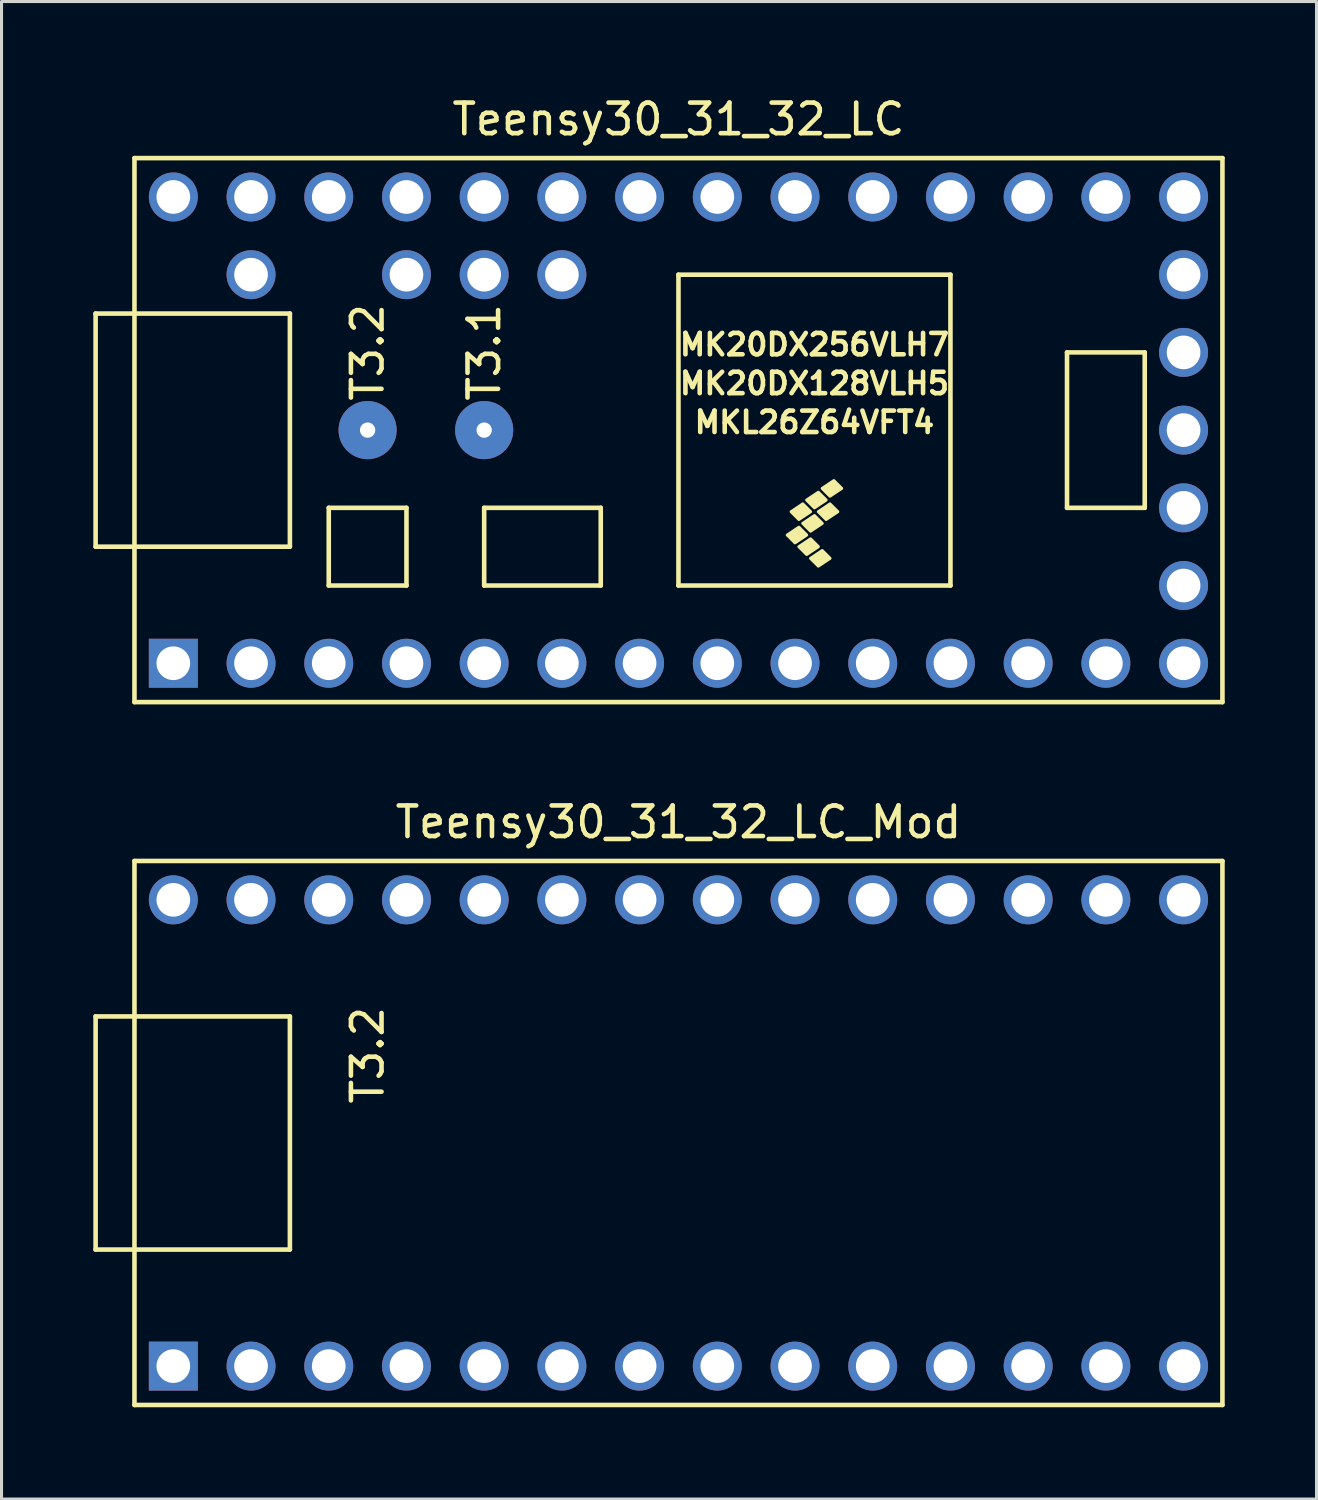
<source format=kicad_pcb>
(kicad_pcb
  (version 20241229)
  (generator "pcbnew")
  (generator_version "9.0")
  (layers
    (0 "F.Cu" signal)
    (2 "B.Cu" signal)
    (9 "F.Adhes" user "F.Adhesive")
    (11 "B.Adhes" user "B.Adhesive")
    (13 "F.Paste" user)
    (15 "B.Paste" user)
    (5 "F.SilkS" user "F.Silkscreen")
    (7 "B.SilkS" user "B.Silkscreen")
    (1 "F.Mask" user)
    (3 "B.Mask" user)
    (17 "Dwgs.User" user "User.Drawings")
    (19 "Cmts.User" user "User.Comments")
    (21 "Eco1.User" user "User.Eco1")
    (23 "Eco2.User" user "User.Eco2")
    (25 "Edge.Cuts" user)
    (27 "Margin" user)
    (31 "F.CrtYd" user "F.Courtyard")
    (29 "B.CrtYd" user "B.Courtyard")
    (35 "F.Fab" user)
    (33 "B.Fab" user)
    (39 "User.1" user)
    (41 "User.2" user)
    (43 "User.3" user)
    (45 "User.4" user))
  (footprint "Teensy30_31_32_LC_Mod"
    (layer "F.Cu")
    (at 19.125 33.981)
    (property "Reference" "Teensy30_31_32_LC_Mod" (at 0 -10.16 0) (layer "F.SilkS") (effects (font (size 1 1) (thickness 0.15))))
    (attr through_hole)
    (fp_line (start -19.05 -3.81) (end -17.78 -3.81) (stroke (width 0.15) (type solid)) (layer "F.SilkS"))
    (fp_line (start -19.05 3.81) (end -19.05 -3.81) (stroke (width 0.15) (type solid)) (layer "F.SilkS"))
    (fp_line (start -17.78 -8.89) (end 17.78 -8.89) (stroke (width 0.15) (type solid)) (layer "F.SilkS"))
    (fp_line (start -17.78 3.81) (end -19.05 3.81) (stroke (width 0.15) (type solid)) (layer "F.SilkS"))
    (fp_line (start -17.78 8.89) (end -17.78 -8.89) (stroke (width 0.15) (type solid)) (layer "F.SilkS"))
    (fp_line (start -12.7 -3.81) (end -17.78 -3.81) (stroke (width 0.15) (type solid)) (layer "F.SilkS"))
    (fp_line (start -12.7 3.81) (end -17.78 3.81) (stroke (width 0.15) (type solid)) (layer "F.SilkS"))
    (fp_line (start -12.7 3.81) (end -12.7 -3.81) (stroke (width 0.15) (type solid)) (layer "F.SilkS"))
    (fp_line (start 17.78 -8.89) (end 17.78 8.89) (stroke (width 0.15) (type solid)) (layer "F.SilkS"))
    (fp_line (start 17.78 8.89) (end -17.78 8.89) (stroke (width 0.15) (type solid)) (layer "F.SilkS"))
    (fp_text user "T3.2" (at -10.16 -2.54 90) (layer "F.SilkS") (effects (font (size 1 1) (thickness 0.15))))
    (pad "1" thru_hole rect (at -16.51 7.62) (size 1.6 1.6) (drill 1.1) (layers "*.Cu" "*.Mask"))
    (pad "2" thru_hole circle (at -13.97 7.62) (size 1.6 1.6) (drill 1.1) (layers "*.Cu" "*.Mask"))
    (pad "3" thru_hole circle (at -11.43 7.62) (size 1.6 1.6) (drill 1.1) (layers "*.Cu" "*.Mask"))
    (pad "4" thru_hole circle (at -8.89 7.62) (size 1.6 1.6) (drill 1.1) (layers "*.Cu" "*.Mask"))
    (pad "5" thru_hole circle (at -6.35 7.62) (size 1.6 1.6) (drill 1.1) (layers "*.Cu" "*.Mask"))
    (pad "6" thru_hole circle (at -3.81 7.62) (size 1.6 1.6) (drill 1.1) (layers "*.Cu" "*.Mask"))
    (pad "7" thru_hole circle (at -1.27 7.62) (size 1.6 1.6) (drill 1.1) (layers "*.Cu" "*.Mask"))
    (pad "8" thru_hole circle (at 1.27 7.62) (size 1.6 1.6) (drill 1.1) (layers "*.Cu" "*.Mask"))
    (pad "9" thru_hole circle (at 3.81 7.62) (size 1.6 1.6) (drill 1.1) (layers "*.Cu" "*.Mask"))
    (pad "10" thru_hole circle (at 6.35 7.62) (size 1.6 1.6) (drill 1.1) (layers "*.Cu" "*.Mask"))
    (pad "11" thru_hole circle (at 8.89 7.62) (size 1.6 1.6) (drill 1.1) (layers "*.Cu" "*.Mask"))
    (pad "12" thru_hole circle (at 11.43 7.62) (size 1.6 1.6) (drill 1.1) (layers "*.Cu" "*.Mask"))
    (pad "13" thru_hole circle (at 13.97 7.62) (size 1.6 1.6) (drill 1.1) (layers "*.Cu" "*.Mask"))
    (pad "14" thru_hole circle (at 16.51 7.62) (size 1.6 1.6) (drill 1.1) (layers "*.Cu" "*.Mask"))
    (pad "20" thru_hole circle (at 16.51 -7.62) (size 1.6 1.6) (drill 1.1) (layers "*.Cu" "*.Mask"))
    (pad "21" thru_hole circle (at 13.97 -7.62) (size 1.6 1.6) (drill 1.1) (layers "*.Cu" "*.Mask"))
    (pad "22" thru_hole circle (at 11.43 -7.62) (size 1.6 1.6) (drill 1.1) (layers "*.Cu" "*.Mask"))
    (pad "23" thru_hole circle (at 8.89 -7.62) (size 1.6 1.6) (drill 1.1) (layers "*.Cu" "*.Mask"))
    (pad "24" thru_hole circle (at 6.35 -7.62) (size 1.6 1.6) (drill 1.1) (layers "*.Cu" "*.Mask"))
    (pad "25" thru_hole circle (at 3.81 -7.62) (size 1.6 1.6) (drill 1.1) (layers "*.Cu" "*.Mask"))
    (pad "26" thru_hole circle (at 1.27 -7.62) (size 1.6 1.6) (drill 1.1) (layers "*.Cu" "*.Mask"))
    (pad "27" thru_hole circle (at -1.27 -7.62) (size 1.6 1.6) (drill 1.1) (layers "*.Cu" "*.Mask"))
    (pad "28" thru_hole circle (at -3.81 -7.62) (size 1.6 1.6) (drill 1.1) (layers "*.Cu" "*.Mask"))
    (pad "29" thru_hole circle (at -6.35 -7.62) (size 1.6 1.6) (drill 1.1) (layers "*.Cu" "*.Mask"))
    (pad "30" thru_hole circle (at -8.89 -7.62) (size 1.6 1.6) (drill 1.1) (layers "*.Cu" "*.Mask"))
    (pad "31" thru_hole circle (at -11.43 -7.62) (size 1.6 1.6) (drill 1.1) (layers "*.Cu" "*.Mask"))
    (pad "32" thru_hole circle (at -13.97 -7.62) (size 1.6 1.6) (drill 1.1) (layers "*.Cu" "*.Mask"))
    (pad "33" thru_hole circle (at -16.51 -7.62) (size 1.6 1.6) (drill 1.1) (layers "*.Cu" "*.Mask")))
  (footprint "Teensy30_31_32_LC"
    (layer "F.Cu")
    (at 19.125 11.008)
    (property "Reference" "Teensy30_31_32_LC" (at 0 -10.16 0) (layer "F.SilkS") (effects (font (size 1 1) (thickness 0.15))))
    (attr through_hole)
    (fp_line (start -19.05 -3.81) (end -17.78 -3.81) (stroke (width 0.15) (type solid)) (layer "F.SilkS"))
    (fp_line (start -19.05 3.81) (end -19.05 -3.81) (stroke (width 0.15) (type solid)) (layer "F.SilkS"))
    (fp_line (start -17.78 -8.89) (end 17.78 -8.89) (stroke (width 0.15) (type solid)) (layer "F.SilkS"))
    (fp_line (start -17.78 3.81) (end -19.05 3.81) (stroke (width 0.15) (type solid)) (layer "F.SilkS"))
    (fp_line (start -17.78 8.89) (end -17.78 -8.89) (stroke (width 0.15) (type solid)) (layer "F.SilkS"))
    (fp_line (start -12.7 -3.81) (end -17.78 -3.81) (stroke (width 0.15) (type solid)) (layer "F.SilkS"))
    (fp_line (start -12.7 3.81) (end -17.78 3.81) (stroke (width 0.15) (type solid)) (layer "F.SilkS"))
    (fp_line (start -12.7 3.81) (end -12.7 -3.81) (stroke (width 0.15) (type solid)) (layer "F.SilkS"))
    (fp_line (start -11.43 2.54) (end -11.43 5.08) (stroke (width 0.15) (type solid)) (layer "F.SilkS"))
    (fp_line (start -11.43 5.08) (end -8.89 5.08) (stroke (width 0.15) (type solid)) (layer "F.SilkS"))
    (fp_line (start -8.89 2.54) (end -11.43 2.54) (stroke (width 0.15) (type solid)) (layer "F.SilkS"))
    (fp_line (start -8.89 5.08) (end -8.89 2.54) (stroke (width 0.15) (type solid)) (layer "F.SilkS"))
    (fp_line (start -6.35 2.54) (end -6.35 5.08) (stroke (width 0.15) (type solid)) (layer "F.SilkS"))
    (fp_line (start -6.35 5.08) (end -2.54 5.08) (stroke (width 0.15) (type solid)) (layer "F.SilkS"))
    (fp_line (start -2.54 2.54) (end -6.35 2.54) (stroke (width 0.15) (type solid)) (layer "F.SilkS"))
    (fp_line (start -2.54 5.08) (end -2.54 2.54) (stroke (width 0.15) (type solid)) (layer "F.SilkS"))
    (fp_line (start 0 -5.08) (end 0 5.08) (stroke (width 0.15) (type solid)) (layer "F.SilkS"))
    (fp_line (start 8.89 -5.08) (end 0 -5.08) (stroke (width 0.15) (type solid)) (layer "F.SilkS"))
    (fp_line (start 8.89 5.08) (end 0 5.08) (stroke (width 0.15) (type solid)) (layer "F.SilkS"))
    (fp_line (start 8.89 5.08) (end 8.89 -5.08) (stroke (width 0.15) (type solid)) (layer "F.SilkS"))
    (fp_line (start 12.7 -2.54) (end 15.24 -2.54) (stroke (width 0.15) (type solid)) (layer "F.SilkS"))
    (fp_line (start 12.7 2.54) (end 12.7 -2.54) (stroke (width 0.15) (type solid)) (layer "F.SilkS"))
    (fp_line (start 15.24 -2.54) (end 15.24 2.54) (stroke (width 0.15) (type solid)) (layer "F.SilkS"))
    (fp_line (start 15.24 2.54) (end 12.7 2.54) (stroke (width 0.15) (type solid)) (layer "F.SilkS"))
    (fp_line (start 17.78 -8.89) (end 17.78 8.89) (stroke (width 0.15) (type solid)) (layer "F.SilkS"))
    (fp_line (start 17.78 8.89) (end -17.78 8.89) (stroke (width 0.15) (type solid)) (layer "F.SilkS"))
    (fp_poly (pts (xy 3.81 3.683) (xy 3.556 3.429) (xy 3.937 3.175) (xy 4.191 3.429)) (stroke (width 0.1) (type solid)) (fill yes) (layer "F.SilkS"))
    (fp_poly (pts (xy 3.937 2.921) (xy 3.683 2.667) (xy 4.064 2.413) (xy 4.318 2.667)) (stroke (width 0.1) (type solid)) (fill yes) (layer "F.SilkS"))
    (fp_poly (pts (xy 4.191 4.064) (xy 3.937 3.81) (xy 4.318 3.556) (xy 4.572 3.81)) (stroke (width 0.1) (type solid)) (fill yes) (layer "F.SilkS"))
    (fp_poly (pts (xy 4.318 3.302) (xy 4.064 3.048) (xy 4.445 2.794) (xy 4.699 3.048)) (stroke (width 0.1) (type solid)) (fill yes) (layer "F.SilkS"))
    (fp_poly (pts (xy 4.445 2.54) (xy 4.191 2.286) (xy 4.572 2.032) (xy 4.826 2.286)) (stroke (width 0.1) (type solid)) (fill yes) (layer "F.SilkS"))
    (fp_poly (pts (xy 4.572 4.445) (xy 4.318 4.191) (xy 4.699 3.937) (xy 4.953 4.191)) (stroke (width 0.1) (type solid)) (fill yes) (layer "F.SilkS"))
    (fp_poly (pts (xy 4.826 2.921) (xy 4.572 2.667) (xy 4.953 2.413) (xy 5.207 2.667)) (stroke (width 0.1) (type solid)) (fill yes) (layer "F.SilkS"))
    (fp_poly (pts (xy 4.953 2.159) (xy 4.699 1.905) (xy 5.08 1.651) (xy 5.334 1.905)) (stroke (width 0.1) (type solid)) (fill yes) (layer "F.SilkS"))
    (fp_text user "T3.2" (at -10.16 -2.54 90) (layer "F.SilkS") (effects (font (size 1 1) (thickness 0.15))))
    (fp_text user "T3.1" (at -6.35 -2.54 90) (layer "F.SilkS") (effects (font (size 1 1) (thickness 0.15))))
    (fp_text user "MK20DX128VLH5" (at 4.445 -1.524 0) (layer "F.SilkS") (effects (font (size 0.7 0.7) (thickness 0.15))))
    (fp_text user "MKL26Z64VFT4" (at 4.445 -0.254 0) (layer "F.SilkS") (effects (font (size 0.7 0.7) (thickness 0.15))))
    (fp_text user "MK20DX256VLH7" (at 4.445 -2.794 0) (layer "F.SilkS") (effects (font (size 0.7 0.7) (thickness 0.15))))
    (pad "1" thru_hole rect (at -16.51 7.62) (size 1.6 1.6) (drill 1.1) (layers "*.Cu" "*.Mask"))
    (pad "2" thru_hole circle (at -13.97 7.62) (size 1.6 1.6) (drill 1.1) (layers "*.Cu" "*.Mask"))
    (pad "3" thru_hole circle (at -11.43 7.62) (size 1.6 1.6) (drill 1.1) (layers "*.Cu" "*.Mask"))
    (pad "4" thru_hole circle (at -8.89 7.62) (size 1.6 1.6) (drill 1.1) (layers "*.Cu" "*.Mask"))
    (pad "5" thru_hole circle (at -6.35 7.62) (size 1.6 1.6) (drill 1.1) (layers "*.Cu" "*.Mask"))
    (pad "6" thru_hole circle (at -3.81 7.62) (size 1.6 1.6) (drill 1.1) (layers "*.Cu" "*.Mask"))
    (pad "7" thru_hole circle (at -1.27 7.62) (size 1.6 1.6) (drill 1.1) (layers "*.Cu" "*.Mask"))
    (pad "8" thru_hole circle (at 1.27 7.62) (size 1.6 1.6) (drill 1.1) (layers "*.Cu" "*.Mask"))
    (pad "9" thru_hole circle (at 3.81 7.62) (size 1.6 1.6) (drill 1.1) (layers "*.Cu" "*.Mask"))
    (pad "10" thru_hole circle (at 6.35 7.62) (size 1.6 1.6) (drill 1.1) (layers "*.Cu" "*.Mask"))
    (pad "11" thru_hole circle (at 8.89 7.62) (size 1.6 1.6) (drill 1.1) (layers "*.Cu" "*.Mask"))
    (pad "12" thru_hole circle (at 11.43 7.62) (size 1.6 1.6) (drill 1.1) (layers "*.Cu" "*.Mask"))
    (pad "13" thru_hole circle (at 13.97 7.62) (size 1.6 1.6) (drill 1.1) (layers "*.Cu" "*.Mask"))
    (pad "14" thru_hole circle (at 16.51 7.62) (size 1.6 1.6) (drill 1.1) (layers "*.Cu" "*.Mask"))
    (pad "15" thru_hole circle (at 16.51 5.08) (size 1.6 1.6) (drill 1.1) (layers "*.Cu" "*.Mask"))
    (pad "16" thru_hole circle (at 16.51 2.54) (size 1.6 1.6) (drill 1.1) (layers "*.Cu" "*.Mask"))
    (pad "17" thru_hole circle (at 16.51 0) (size 1.6 1.6) (drill 1.1) (layers "*.Cu" "*.Mask"))
    (pad "18" thru_hole circle (at 16.51 -2.54) (size 1.6 1.6) (drill 1.1) (layers "*.Cu" "*.Mask"))
    (pad "19" thru_hole circle (at 16.51 -5.08) (size 1.6 1.6) (drill 1.1) (layers "*.Cu" "*.Mask"))
    (pad "20" thru_hole circle (at 16.51 -7.62) (size 1.6 1.6) (drill 1.1) (layers "*.Cu" "*.Mask"))
    (pad "21" thru_hole circle (at 13.97 -7.62) (size 1.6 1.6) (drill 1.1) (layers "*.Cu" "*.Mask"))
    (pad "22" thru_hole circle (at 11.43 -7.62) (size 1.6 1.6) (drill 1.1) (layers "*.Cu" "*.Mask"))
    (pad "23" thru_hole circle (at 8.89 -7.62) (size 1.6 1.6) (drill 1.1) (layers "*.Cu" "*.Mask"))
    (pad "24" thru_hole circle (at 6.35 -7.62) (size 1.6 1.6) (drill 1.1) (layers "*.Cu" "*.Mask"))
    (pad "25" thru_hole circle (at 3.81 -7.62) (size 1.6 1.6) (drill 1.1) (layers "*.Cu" "*.Mask"))
    (pad "26" thru_hole circle (at 1.27 -7.62) (size 1.6 1.6) (drill 1.1) (layers "*.Cu" "*.Mask"))
    (pad "27" thru_hole circle (at -1.27 -7.62) (size 1.6 1.6) (drill 1.1) (layers "*.Cu" "*.Mask"))
    (pad "28" thru_hole circle (at -3.81 -7.62) (size 1.6 1.6) (drill 1.1) (layers "*.Cu" "*.Mask"))
    (pad "29" thru_hole circle (at -6.35 -7.62) (size 1.6 1.6) (drill 1.1) (layers "*.Cu" "*.Mask"))
    (pad "30" thru_hole circle (at -8.89 -7.62) (size 1.6 1.6) (drill 1.1) (layers "*.Cu" "*.Mask"))
    (pad "31" thru_hole circle (at -11.43 -7.62) (size 1.6 1.6) (drill 1.1) (layers "*.Cu" "*.Mask"))
    (pad "32" thru_hole circle (at -13.97 -7.62) (size 1.6 1.6) (drill 1.1) (layers "*.Cu" "*.Mask"))
    (pad "33" thru_hole circle (at -16.51 -7.62) (size 1.6 1.6) (drill 1.1) (layers "*.Cu" "*.Mask"))
    (pad "34" thru_hole circle (at -13.97 -5.08) (size 1.6 1.6) (drill 1.1) (layers "*.Cu" "*.Mask"))
    (pad "35" thru_hole circle (at -8.89 -5.08) (size 1.6 1.6) (drill 1.1) (layers "*.Cu" "*.Mask"))
    (pad "36" thru_hole circle (at -6.35 -5.08) (size 1.6 1.6) (drill 1.1) (layers "*.Cu" "*.Mask"))
    (pad "37" thru_hole circle (at -3.81 -5.08) (size 1.6 1.6) (drill 1.1) (layers "*.Cu" "*.Mask"))
    (pad "38" thru_hole circle (at -10.16 0) (size 1.9 1.9) (drill 0.5) (layers "*.Cu" "*.Mask"))
    (pad "38" thru_hole circle (at -6.35 0) (size 1.9 1.9) (drill 0.5) (layers "*.Cu" "*.Mask")))
  (gr_rect
    (start -3 -3)
    (end 39.98 45.947)
    (stroke (width 0.1) (type default))
    (fill no)
    (layer "Edge.Cuts")))
</source>
